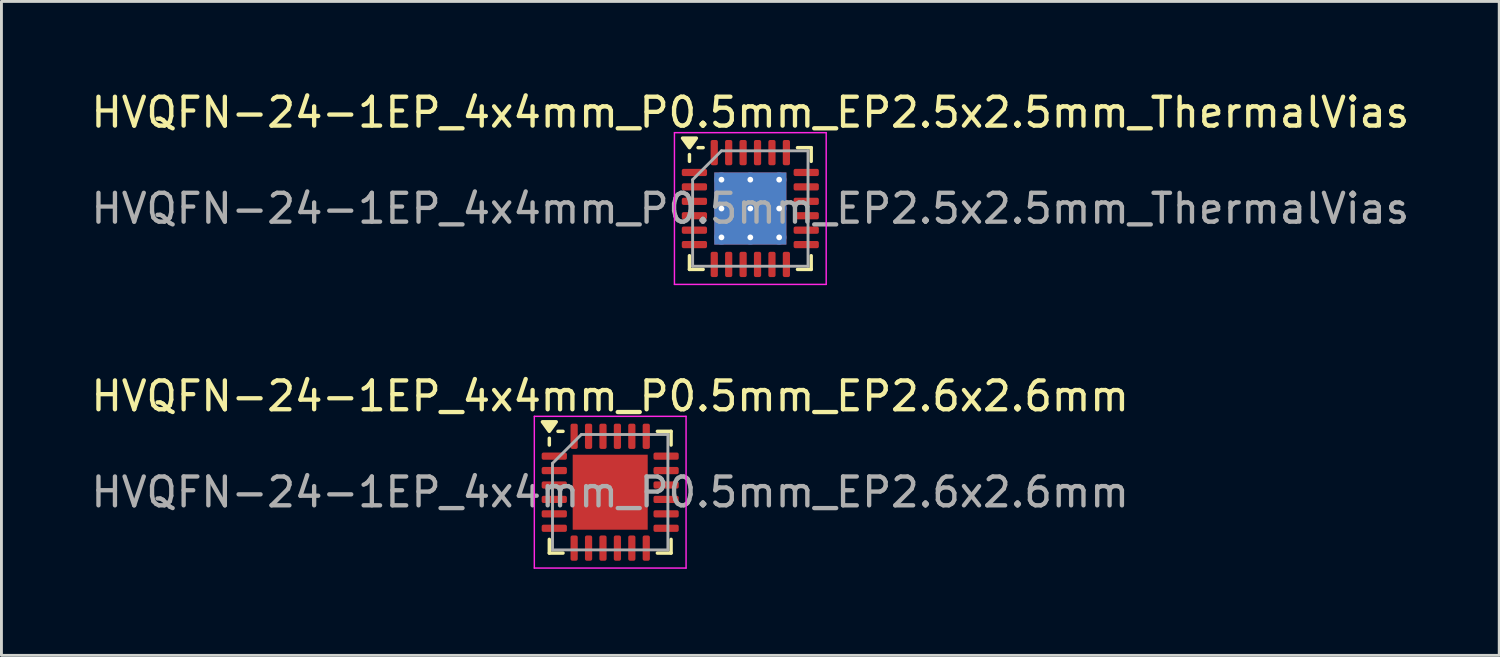
<source format=kicad_pcb>
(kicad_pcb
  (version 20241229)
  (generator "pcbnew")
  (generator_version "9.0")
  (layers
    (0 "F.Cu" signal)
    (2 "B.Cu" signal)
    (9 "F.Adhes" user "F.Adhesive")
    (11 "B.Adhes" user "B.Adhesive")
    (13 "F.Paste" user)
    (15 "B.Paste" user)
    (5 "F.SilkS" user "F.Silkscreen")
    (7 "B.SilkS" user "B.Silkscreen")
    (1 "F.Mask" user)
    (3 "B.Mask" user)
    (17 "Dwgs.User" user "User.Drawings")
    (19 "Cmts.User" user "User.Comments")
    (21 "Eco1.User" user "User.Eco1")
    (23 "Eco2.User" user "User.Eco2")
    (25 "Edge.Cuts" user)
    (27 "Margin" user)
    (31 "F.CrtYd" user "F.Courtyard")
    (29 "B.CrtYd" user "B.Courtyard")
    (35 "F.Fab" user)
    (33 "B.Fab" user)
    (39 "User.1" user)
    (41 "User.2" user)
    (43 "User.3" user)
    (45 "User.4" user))
  (footprint "HVQFN-24-1EP_4x4mm_P0.5mm_EP2.5x2.5mm_ThermalVias"
    (layer "F.Cu")
    (at 22.958 4.178)
    (property "Reference" "HVQFN-24-1EP_4x4mm_P0.5mm_EP2.5x2.5mm_ThermalVias" (at 0 -3.33 0) (layer "F.SilkS") (effects (font (size 1 1) (thickness 0.15))))
    (attr smd)
    (fp_line (start -2.11 -1.635) (end -2.11 -1.87) (stroke (width 0.12) (type solid)) (layer "F.SilkS"))
    (fp_line (start -2.11 2.11) (end -2.11 1.635) (stroke (width 0.12) (type solid)) (layer "F.SilkS"))
    (fp_line (start -1.635 -2.11) (end -1.81 -2.11) (stroke (width 0.12) (type solid)) (layer "F.SilkS"))
    (fp_line (start -1.635 2.11) (end -2.11 2.11) (stroke (width 0.12) (type solid)) (layer "F.SilkS"))
    (fp_line (start 1.635 -2.11) (end 2.11 -2.11) (stroke (width 0.12) (type solid)) (layer "F.SilkS"))
    (fp_line (start 1.635 2.11) (end 2.11 2.11) (stroke (width 0.12) (type solid)) (layer "F.SilkS"))
    (fp_line (start 2.11 -2.11) (end 2.11 -1.635) (stroke (width 0.12) (type solid)) (layer "F.SilkS"))
    (fp_line (start 2.11 2.11) (end 2.11 1.635) (stroke (width 0.12) (type solid)) (layer "F.SilkS"))
    (fp_poly (pts (xy -2.11 -2.11) (xy -2.35 -2.44) (xy -1.87 -2.44) (xy -2.11 -2.11)) (stroke (width 0.12) (type solid)) (fill yes) (layer "F.SilkS"))
    (fp_line (start -2.63 -2.63) (end -2.63 2.63) (stroke (width 0.05) (type solid)) (layer "F.CrtYd"))
    (fp_line (start -2.63 2.63) (end 2.63 2.63) (stroke (width 0.05) (type solid)) (layer "F.CrtYd"))
    (fp_line (start 2.63 -2.63) (end -2.63 -2.63) (stroke (width 0.05) (type solid)) (layer "F.CrtYd"))
    (fp_line (start 2.63 2.63) (end 2.63 -2.63) (stroke (width 0.05) (type solid)) (layer "F.CrtYd"))
    (fp_line (start -2 -1) (end -1 -2) (stroke (width 0.1) (type solid)) (layer "F.Fab"))
    (fp_line (start -2 2) (end -2 -1) (stroke (width 0.1) (type solid)) (layer "F.Fab"))
    (fp_line (start -1 -2) (end 2 -2) (stroke (width 0.1) (type solid)) (layer "F.Fab"))
    (fp_line (start 2 -2) (end 2 2) (stroke (width 0.1) (type solid)) (layer "F.Fab"))
    (fp_line (start 2 2) (end -2 2) (stroke (width 0.1) (type solid)) (layer "F.Fab"))
    (fp_text user "${REFERENCE}" (at 0 0 0) (layer "F.Fab") (effects (font (size 1 1) (thickness 0.15))))
    (pad "" smd custom (at -0.57 -0.57) (size 0.779 0.779) (layers "F.Paste") (options (anchor circle)) (primitives (gr_poly (pts (xy -0.315 -0.192) (xy -0.192 -0.315) (xy 0.192 -0.315) (xy 0.315 -0.192) (xy 0.315 0.192) (xy 0.192 0.315) (xy -0.192 0.315) (xy -0.315 0.192)) (width 0.297) (fill yes))))
    (pad "" smd custom (at -0.57 0.57) (size 0.779 0.779) (layers "F.Paste") (options (anchor circle)) (primitives (gr_poly (pts (xy -0.315 -0.192) (xy -0.192 -0.315) (xy 0.192 -0.315) (xy 0.315 -0.192) (xy 0.315 0.192) (xy 0.192 0.315) (xy -0.192 0.315) (xy -0.315 0.192)) (width 0.297) (fill yes))))
    (pad "" smd custom (at 0.57 -0.57) (size 0.779 0.779) (layers "F.Paste") (options (anchor circle)) (primitives (gr_poly (pts (xy -0.315 -0.192) (xy -0.192 -0.315) (xy 0.192 -0.315) (xy 0.315 -0.192) (xy 0.315 0.192) (xy 0.192 0.315) (xy -0.192 0.315) (xy -0.315 0.192)) (width 0.297) (fill yes))))
    (pad "" smd custom (at 0.57 0.57) (size 0.779 0.779) (layers "F.Paste") (options (anchor circle)) (primitives (gr_poly (pts (xy -0.315 -0.192) (xy -0.192 -0.315) (xy 0.192 -0.315) (xy 0.315 -0.192) (xy 0.315 0.192) (xy 0.192 0.315) (xy -0.192 0.315) (xy -0.315 0.192)) (width 0.297) (fill yes))))
    (pad "1" smd roundrect (at -1.938 -1.25) (size 0.875 0.25) (layers "F.Cu" "F.Mask" "F.Paste") (roundrect_rratio 0.25))
    (pad "2" smd roundrect (at -1.938 -0.75) (size 0.875 0.25) (layers "F.Cu" "F.Mask" "F.Paste") (roundrect_rratio 0.25))
    (pad "3" smd roundrect (at -1.938 -0.25) (size 0.875 0.25) (layers "F.Cu" "F.Mask" "F.Paste") (roundrect_rratio 0.25))
    (pad "4" smd roundrect (at -1.938 0.25) (size 0.875 0.25) (layers "F.Cu" "F.Mask" "F.Paste") (roundrect_rratio 0.25))
    (pad "5" smd roundrect (at -1.938 0.75) (size 0.875 0.25) (layers "F.Cu" "F.Mask" "F.Paste") (roundrect_rratio 0.25))
    (pad "6" smd roundrect (at -1.938 1.25) (size 0.875 0.25) (layers "F.Cu" "F.Mask" "F.Paste") (roundrect_rratio 0.25))
    (pad "7" smd roundrect (at -1.25 1.938) (size 0.25 0.875) (layers "F.Cu" "F.Mask" "F.Paste") (roundrect_rratio 0.25))
    (pad "8" smd roundrect (at -0.75 1.938) (size 0.25 0.875) (layers "F.Cu" "F.Mask" "F.Paste") (roundrect_rratio 0.25))
    (pad "9" smd roundrect (at -0.25 1.938) (size 0.25 0.875) (layers "F.Cu" "F.Mask" "F.Paste") (roundrect_rratio 0.25))
    (pad "10" smd roundrect (at 0.25 1.938) (size 0.25 0.875) (layers "F.Cu" "F.Mask" "F.Paste") (roundrect_rratio 0.25))
    (pad "11" smd roundrect (at 0.75 1.938) (size 0.25 0.875) (layers "F.Cu" "F.Mask" "F.Paste") (roundrect_rratio 0.25))
    (pad "12" smd roundrect (at 1.25 1.938) (size 0.25 0.875) (layers "F.Cu" "F.Mask" "F.Paste") (roundrect_rratio 0.25))
    (pad "13" smd roundrect (at 1.938 1.25) (size 0.875 0.25) (layers "F.Cu" "F.Mask" "F.Paste") (roundrect_rratio 0.25))
    (pad "14" smd roundrect (at 1.938 0.75) (size 0.875 0.25) (layers "F.Cu" "F.Mask" "F.Paste") (roundrect_rratio 0.25))
    (pad "15" smd roundrect (at 1.938 0.25) (size 0.875 0.25) (layers "F.Cu" "F.Mask" "F.Paste") (roundrect_rratio 0.25))
    (pad "16" smd roundrect (at 1.938 -0.25) (size 0.875 0.25) (layers "F.Cu" "F.Mask" "F.Paste") (roundrect_rratio 0.25))
    (pad "17" smd roundrect (at 1.938 -0.75) (size 0.875 0.25) (layers "F.Cu" "F.Mask" "F.Paste") (roundrect_rratio 0.25))
    (pad "18" smd roundrect (at 1.938 -1.25) (size 0.875 0.25) (layers "F.Cu" "F.Mask" "F.Paste") (roundrect_rratio 0.25))
    (pad "19" smd roundrect (at 1.25 -1.938) (size 0.25 0.875) (layers "F.Cu" "F.Mask" "F.Paste") (roundrect_rratio 0.25))
    (pad "20" smd roundrect (at 0.75 -1.938) (size 0.25 0.875) (layers "F.Cu" "F.Mask" "F.Paste") (roundrect_rratio 0.25))
    (pad "21" smd roundrect (at 0.25 -1.938) (size 0.25 0.875) (layers "F.Cu" "F.Mask" "F.Paste") (roundrect_rratio 0.25))
    (pad "22" smd roundrect (at -0.25 -1.938) (size 0.25 0.875) (layers "F.Cu" "F.Mask" "F.Paste") (roundrect_rratio 0.25))
    (pad "23" smd roundrect (at -0.75 -1.938) (size 0.25 0.875) (layers "F.Cu" "F.Mask" "F.Paste") (roundrect_rratio 0.25))
    (pad "24" smd roundrect (at -1.25 -1.938) (size 0.25 0.875) (layers "F.Cu" "F.Mask" "F.Paste") (roundrect_rratio 0.25))
    (pad "25" thru_hole circle (at -1 -1) (size 0.5 0.5) (drill 0.2) (property pad_prop_heatsink) (layers "*.Cu"))
    (pad "25" thru_hole circle (at -1 0) (size 0.5 0.5) (drill 0.2) (property pad_prop_heatsink) (layers "*.Cu"))
    (pad "25" thru_hole circle (at -1 1) (size 0.5 0.5) (drill 0.2) (property pad_prop_heatsink) (layers "*.Cu"))
    (pad "25" thru_hole circle (at 0 -1) (size 0.5 0.5) (drill 0.2) (property pad_prop_heatsink) (layers "*.Cu"))
    (pad "25" thru_hole circle (at 0 0) (size 0.5 0.5) (drill 0.2) (property pad_prop_heatsink) (layers "*.Cu"))
    (pad "25" smd rect (at 0 0) (size 2.5 2.5) (property pad_prop_heatsink) (layers "F.Cu" "F.Mask"))
    (pad "25" smd rect (at 0 0) (size 2.5 2.5) (property pad_prop_heatsink) (layers "B.Cu"))
    (pad "25" thru_hole circle (at 0 1) (size 0.5 0.5) (drill 0.2) (property pad_prop_heatsink) (layers "*.Cu"))
    (pad "25" thru_hole circle (at 1 -1) (size 0.5 0.5) (drill 0.2) (property pad_prop_heatsink) (layers "*.Cu"))
    (pad "25" thru_hole circle (at 1 0) (size 0.5 0.5) (drill 0.2) (property pad_prop_heatsink) (layers "*.Cu"))
    (pad "25" thru_hole circle (at 1 1) (size 0.5 0.5) (drill 0.2) (property pad_prop_heatsink) (layers "*.Cu")))
  (footprint "HVQFN-24-1EP_4x4mm_P0.5mm_EP2.6x2.6mm"
    (layer "F.Cu")
    (at 18.101 14.011)
    (property "Reference" "HVQFN-24-1EP_4x4mm_P0.5mm_EP2.6x2.6mm" (at 0 -3.33 0) (layer "F.SilkS") (effects (font (size 1 1) (thickness 0.15))))
    (attr smd)
    (fp_line (start -2.11 -1.635) (end -2.11 -1.87) (stroke (width 0.12) (type solid)) (layer "F.SilkS"))
    (fp_line (start -2.11 2.11) (end -2.11 1.635) (stroke (width 0.12) (type solid)) (layer "F.SilkS"))
    (fp_line (start -1.635 -2.11) (end -1.81 -2.11) (stroke (width 0.12) (type solid)) (layer "F.SilkS"))
    (fp_line (start -1.635 2.11) (end -2.11 2.11) (stroke (width 0.12) (type solid)) (layer "F.SilkS"))
    (fp_line (start 1.635 -2.11) (end 2.11 -2.11) (stroke (width 0.12) (type solid)) (layer "F.SilkS"))
    (fp_line (start 1.635 2.11) (end 2.11 2.11) (stroke (width 0.12) (type solid)) (layer "F.SilkS"))
    (fp_line (start 2.11 -2.11) (end 2.11 -1.635) (stroke (width 0.12) (type solid)) (layer "F.SilkS"))
    (fp_line (start 2.11 2.11) (end 2.11 1.635) (stroke (width 0.12) (type solid)) (layer "F.SilkS"))
    (fp_poly (pts (xy -2.11 -2.11) (xy -2.35 -2.44) (xy -1.87 -2.44) (xy -2.11 -2.11)) (stroke (width 0.12) (type solid)) (fill yes) (layer "F.SilkS"))
    (fp_line (start -2.63 -2.63) (end -2.63 2.63) (stroke (width 0.05) (type solid)) (layer "F.CrtYd"))
    (fp_line (start -2.63 2.63) (end 2.63 2.63) (stroke (width 0.05) (type solid)) (layer "F.CrtYd"))
    (fp_line (start 2.63 -2.63) (end -2.63 -2.63) (stroke (width 0.05) (type solid)) (layer "F.CrtYd"))
    (fp_line (start 2.63 2.63) (end 2.63 -2.63) (stroke (width 0.05) (type solid)) (layer "F.CrtYd"))
    (fp_line (start -2 -1) (end -1 -2) (stroke (width 0.1) (type solid)) (layer "F.Fab"))
    (fp_line (start -2 2) (end -2 -1) (stroke (width 0.1) (type solid)) (layer "F.Fab"))
    (fp_line (start -1 -2) (end 2 -2) (stroke (width 0.1) (type solid)) (layer "F.Fab"))
    (fp_line (start 2 -2) (end 2 2) (stroke (width 0.1) (type solid)) (layer "F.Fab"))
    (fp_line (start 2 2) (end -2 2) (stroke (width 0.1) (type solid)) (layer "F.Fab"))
    (fp_text user "${REFERENCE}" (at 0 0 0) (layer "F.Fab") (effects (font (size 1 1) (thickness 0.15))))
    (pad "" smd roundrect (at -0.87 -0.87) (size 0.7 0.7) (layers "F.Paste") (roundrect_rratio 0.25))
    (pad "" smd roundrect (at -0.87 0) (size 0.7 0.7) (layers "F.Paste") (roundrect_rratio 0.25))
    (pad "" smd roundrect (at -0.87 0.87) (size 0.7 0.7) (layers "F.Paste") (roundrect_rratio 0.25))
    (pad "" smd roundrect (at 0 -0.87) (size 0.7 0.7) (layers "F.Paste") (roundrect_rratio 0.25))
    (pad "" smd roundrect (at 0 0) (size 0.7 0.7) (layers "F.Paste") (roundrect_rratio 0.25))
    (pad "" smd roundrect (at 0 0.87) (size 0.7 0.7) (layers "F.Paste") (roundrect_rratio 0.25))
    (pad "" smd roundrect (at 0.87 -0.87) (size 0.7 0.7) (layers "F.Paste") (roundrect_rratio 0.25))
    (pad "" smd roundrect (at 0.87 0) (size 0.7 0.7) (layers "F.Paste") (roundrect_rratio 0.25))
    (pad "" smd roundrect (at 0.87 0.87) (size 0.7 0.7) (layers "F.Paste") (roundrect_rratio 0.25))
    (pad "1" smd roundrect (at -1.938 -1.25) (size 0.875 0.25) (layers "F.Cu" "F.Mask" "F.Paste") (roundrect_rratio 0.25))
    (pad "2" smd roundrect (at -1.938 -0.75) (size 0.875 0.25) (layers "F.Cu" "F.Mask" "F.Paste") (roundrect_rratio 0.25))
    (pad "3" smd roundrect (at -1.938 -0.25) (size 0.875 0.25) (layers "F.Cu" "F.Mask" "F.Paste") (roundrect_rratio 0.25))
    (pad "4" smd roundrect (at -1.938 0.25) (size 0.875 0.25) (layers "F.Cu" "F.Mask" "F.Paste") (roundrect_rratio 0.25))
    (pad "5" smd roundrect (at -1.938 0.75) (size 0.875 0.25) (layers "F.Cu" "F.Mask" "F.Paste") (roundrect_rratio 0.25))
    (pad "6" smd roundrect (at -1.938 1.25) (size 0.875 0.25) (layers "F.Cu" "F.Mask" "F.Paste") (roundrect_rratio 0.25))
    (pad "7" smd roundrect (at -1.25 1.938) (size 0.25 0.875) (layers "F.Cu" "F.Mask" "F.Paste") (roundrect_rratio 0.25))
    (pad "8" smd roundrect (at -0.75 1.938) (size 0.25 0.875) (layers "F.Cu" "F.Mask" "F.Paste") (roundrect_rratio 0.25))
    (pad "9" smd roundrect (at -0.25 1.938) (size 0.25 0.875) (layers "F.Cu" "F.Mask" "F.Paste") (roundrect_rratio 0.25))
    (pad "10" smd roundrect (at 0.25 1.938) (size 0.25 0.875) (layers "F.Cu" "F.Mask" "F.Paste") (roundrect_rratio 0.25))
    (pad "11" smd roundrect (at 0.75 1.938) (size 0.25 0.875) (layers "F.Cu" "F.Mask" "F.Paste") (roundrect_rratio 0.25))
    (pad "12" smd roundrect (at 1.25 1.938) (size 0.25 0.875) (layers "F.Cu" "F.Mask" "F.Paste") (roundrect_rratio 0.25))
    (pad "13" smd roundrect (at 1.938 1.25) (size 0.875 0.25) (layers "F.Cu" "F.Mask" "F.Paste") (roundrect_rratio 0.25))
    (pad "14" smd roundrect (at 1.938 0.75) (size 0.875 0.25) (layers "F.Cu" "F.Mask" "F.Paste") (roundrect_rratio 0.25))
    (pad "15" smd roundrect (at 1.938 0.25) (size 0.875 0.25) (layers "F.Cu" "F.Mask" "F.Paste") (roundrect_rratio 0.25))
    (pad "16" smd roundrect (at 1.938 -0.25) (size 0.875 0.25) (layers "F.Cu" "F.Mask" "F.Paste") (roundrect_rratio 0.25))
    (pad "17" smd roundrect (at 1.938 -0.75) (size 0.875 0.25) (layers "F.Cu" "F.Mask" "F.Paste") (roundrect_rratio 0.25))
    (pad "18" smd roundrect (at 1.938 -1.25) (size 0.875 0.25) (layers "F.Cu" "F.Mask" "F.Paste") (roundrect_rratio 0.25))
    (pad "19" smd roundrect (at 1.25 -1.938) (size 0.25 0.875) (layers "F.Cu" "F.Mask" "F.Paste") (roundrect_rratio 0.25))
    (pad "20" smd roundrect (at 0.75 -1.938) (size 0.25 0.875) (layers "F.Cu" "F.Mask" "F.Paste") (roundrect_rratio 0.25))
    (pad "21" smd roundrect (at 0.25 -1.938) (size 0.25 0.875) (layers "F.Cu" "F.Mask" "F.Paste") (roundrect_rratio 0.25))
    (pad "22" smd roundrect (at -0.25 -1.938) (size 0.25 0.875) (layers "F.Cu" "F.Mask" "F.Paste") (roundrect_rratio 0.25))
    (pad "23" smd roundrect (at -0.75 -1.938) (size 0.25 0.875) (layers "F.Cu" "F.Mask" "F.Paste") (roundrect_rratio 0.25))
    (pad "24" smd roundrect (at -1.25 -1.938) (size 0.25 0.875) (layers "F.Cu" "F.Mask" "F.Paste") (roundrect_rratio 0.25))
    (pad "25" smd rect (at 0 0) (size 2.6 2.6) (property pad_prop_heatsink) (layers "F.Cu" "F.Mask")))
  (gr_rect
    (start -3 -3)
    (end 48.917 19.666)
    (stroke (width 0.1) (type default))
    (fill no)
    (layer "Edge.Cuts")))
</source>
